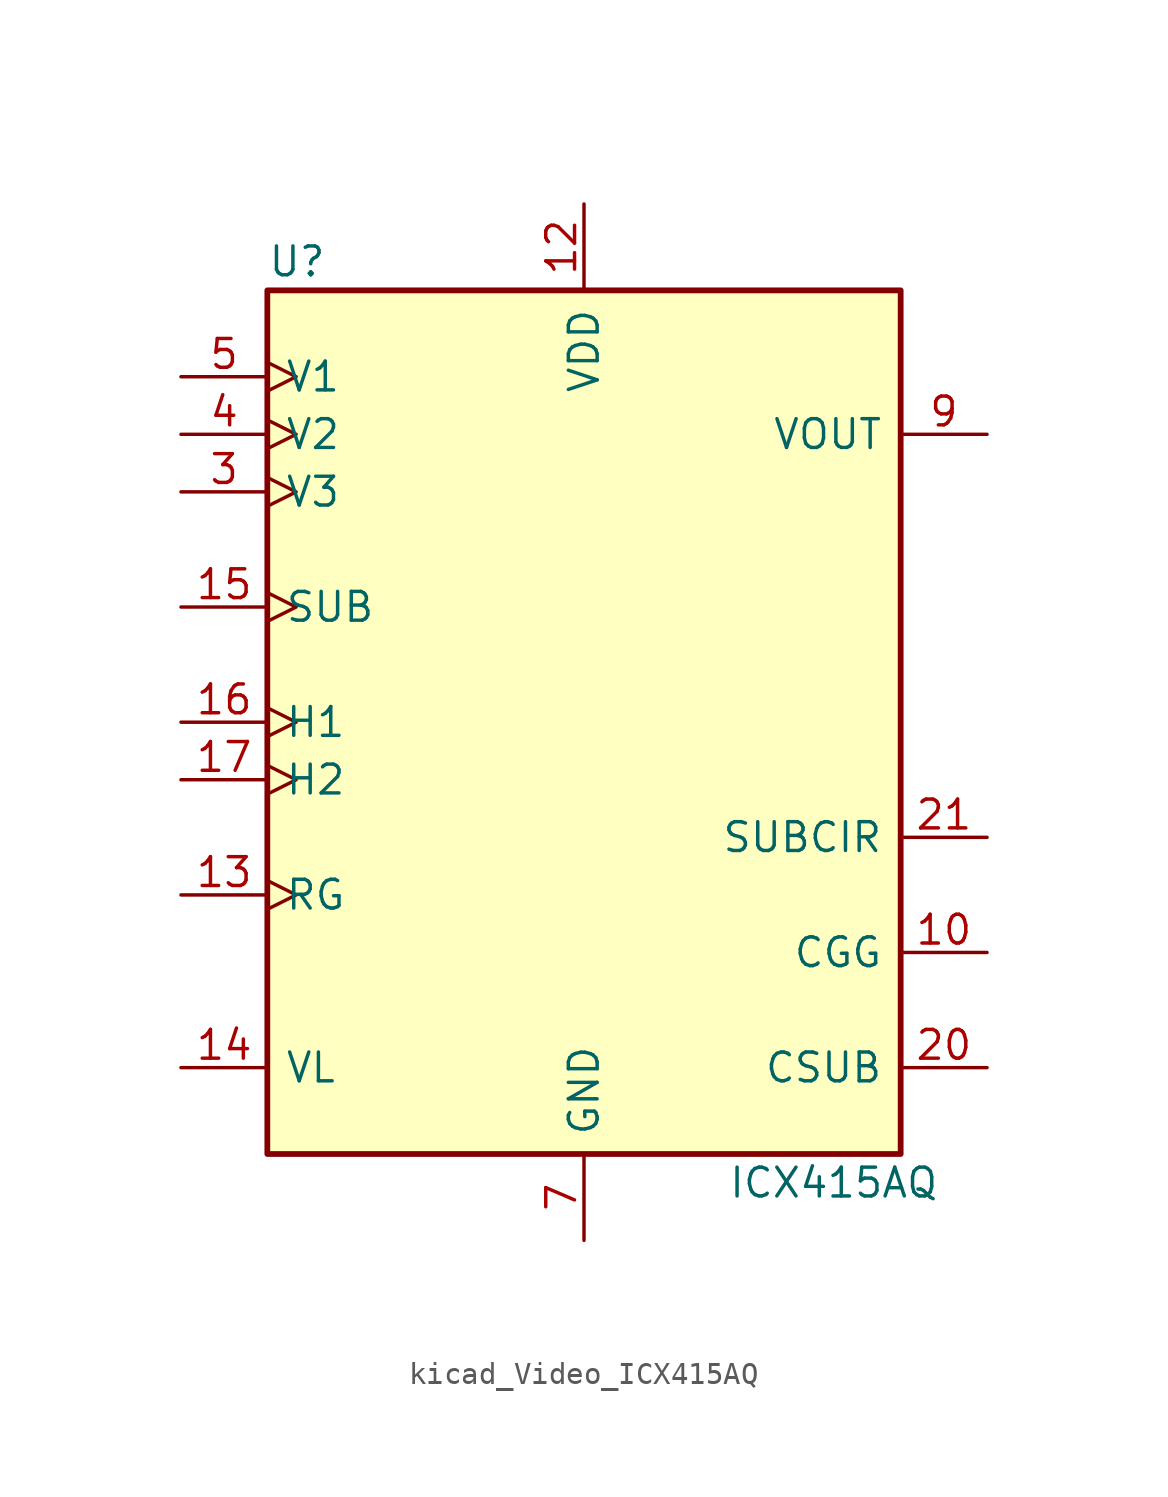
<source format=kicad_sym>
(kicad_symbol_lib
  (version 20220914)
  (generator kicad_symbol_editor)
  (symbol "kicad_Video_ICX415AQ"
    (pin_names
      (offset 0.762))
    (property "Reference" "U"
      (at -13.97 20.32 0)
      (effects (font (size 1.27 1.27)) (justify left)))
    (property "Value" "ICX415AQ"
      (at 6.35 -20.32 0)
      (effects (font (size 1.27 1.27)) (justify left)))
    (symbol "kicad_Video_ICX415AQ_0_1"
      (rectangle (start -13.97 19.05) (end 13.97 -19.05) (stroke (width 0.254) (type default)) (fill (type background))))
    (symbol "kicad_Video_ICX415AQ_1_1"
      (pin input line (at 17.78 -10.16 180) (length 3.81) (name "CGG" (effects (font (size 1.27 1.27)))) (number "10" (effects (font (size 1.27 1.27)))))
      (pin power_in line (at 0 22.86 270) (length 3.81) (name "VDD" (effects (font (size 1.27 1.27)))) (number "12" (effects (font (size 1.27 1.27)))))
      (pin input clock (at -17.78 -7.62 0) (length 3.81) (name "RG" (effects (font (size 1.27 1.27)))) (number "13" (effects (font (size 1.27 1.27)))))
      (pin power_in line (at -17.78 -15.24 0) (length 3.81) (name "VL" (effects (font (size 1.27 1.27)))) (number "14" (effects (font (size 1.27 1.27)))))
      (pin input clock (at -17.78 5.08 0) (length 3.81) (name "SUB" (effects (font (size 1.27 1.27)))) (number "15" (effects (font (size 1.27 1.27)))))
      (pin input clock (at -17.78 0 0) (length 3.81) (name "H1" (effects (font (size 1.27 1.27)))) (number "16" (effects (font (size 1.27 1.27)))))
      (pin input clock (at -17.78 -2.54 0) (length 3.81) (name "H2" (effects (font (size 1.27 1.27)))) (number "17" (effects (font (size 1.27 1.27)))))
      (pin input line (at 17.78 -15.24 180) (length 3.81) (name "CSUB" (effects (font (size 1.27 1.27)))) (number "20" (effects (font (size 1.27 1.27)))))
      (pin power_in line (at 17.78 -5.08 180) (length 3.81) (name "SUBCIR" (effects (font (size 1.27 1.27)))) (number "21" (effects (font (size 1.27 1.27)))))
      (pin input clock (at -17.78 10.16 0) (length 3.81) (name "V3" (effects (font (size 1.27 1.27)))) (number "3" (effects (font (size 1.27 1.27)))))
      (pin input clock (at -17.78 12.7 0) (length 3.81) (name "V2" (effects (font (size 1.27 1.27)))) (number "4" (effects (font (size 1.27 1.27)))))
      (pin input clock (at -17.78 15.24 0) (length 3.81) (name "V1" (effects (font (size 1.27 1.27)))) (number "5" (effects (font (size 1.27 1.27)))))
      (pin power_in line (at 0 -22.86 90) (length 3.81) (name "GND" (effects (font (size 1.27 1.27)))) (number "7" (effects (font (size 1.27 1.27)))))
      (pin output line (at 17.78 12.7 180) (length 3.81) (name "VOUT" (effects (font (size 1.27 1.27)))) (number "9" (effects (font (size 1.27 1.27))))))))
</source>
